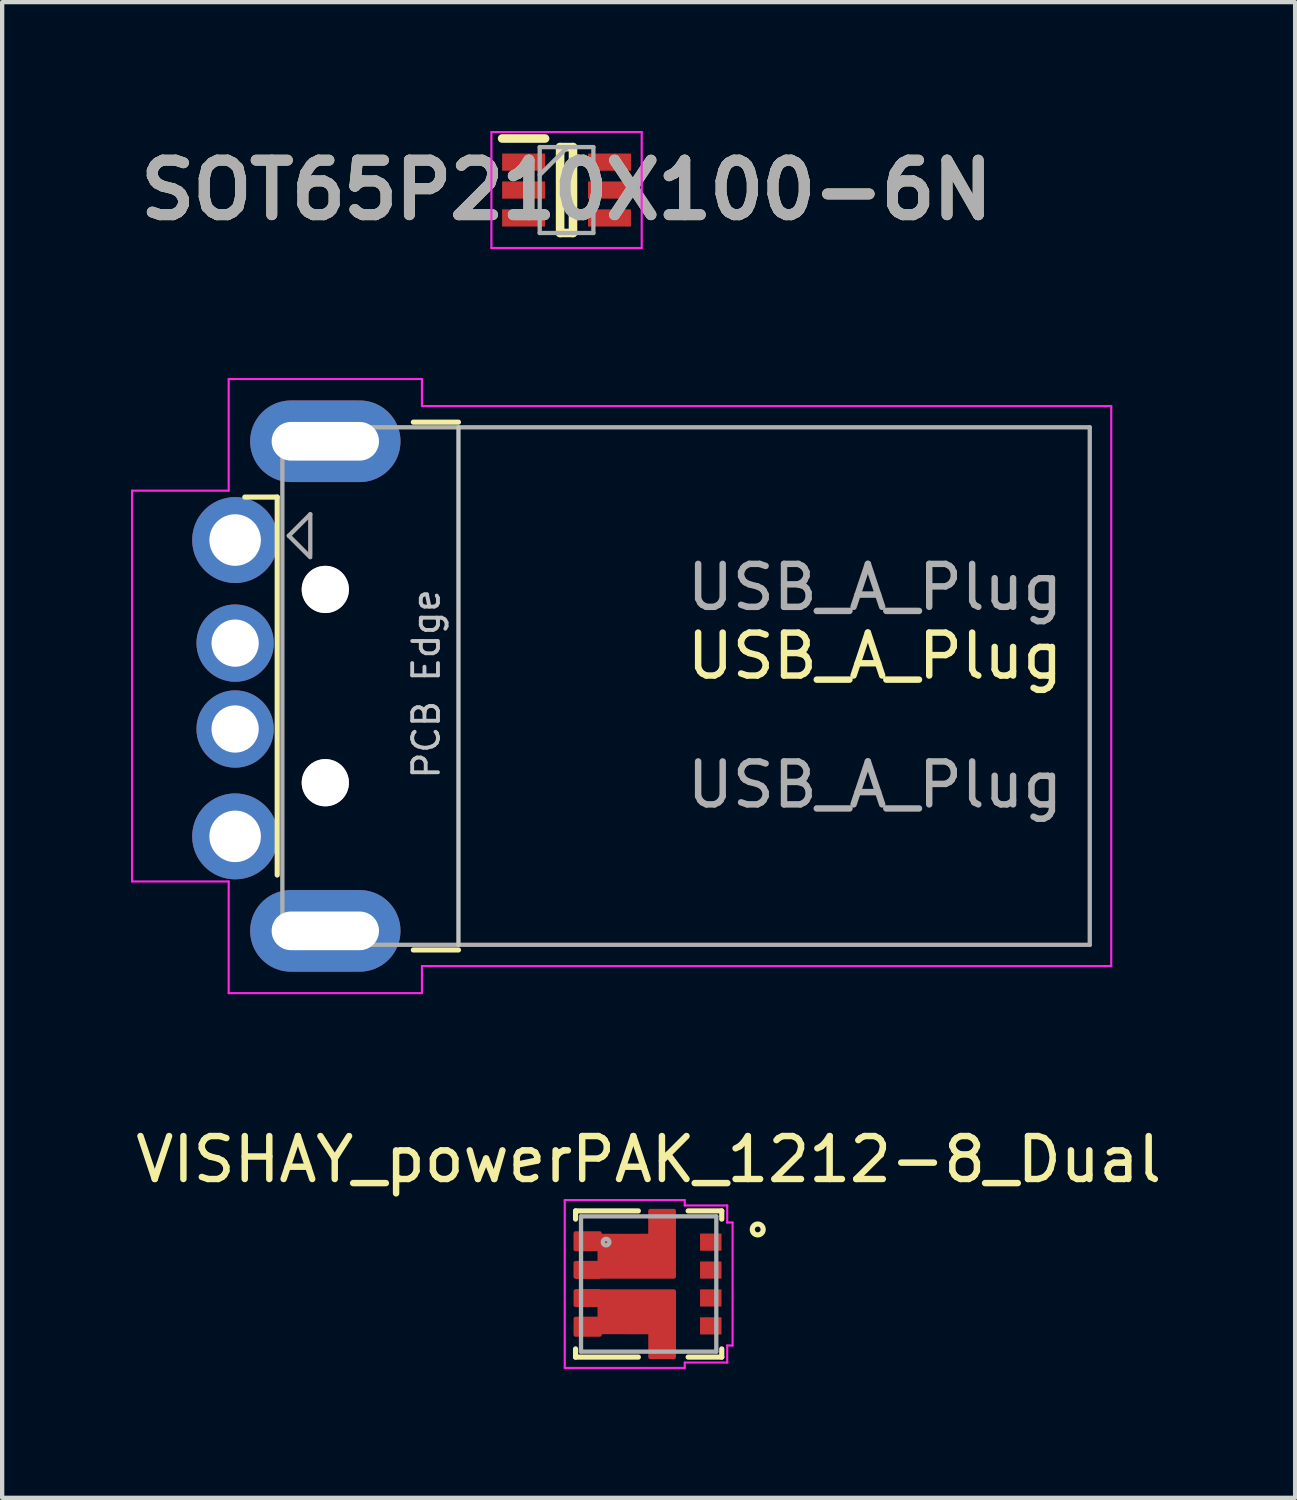
<source format=kicad_pcb>
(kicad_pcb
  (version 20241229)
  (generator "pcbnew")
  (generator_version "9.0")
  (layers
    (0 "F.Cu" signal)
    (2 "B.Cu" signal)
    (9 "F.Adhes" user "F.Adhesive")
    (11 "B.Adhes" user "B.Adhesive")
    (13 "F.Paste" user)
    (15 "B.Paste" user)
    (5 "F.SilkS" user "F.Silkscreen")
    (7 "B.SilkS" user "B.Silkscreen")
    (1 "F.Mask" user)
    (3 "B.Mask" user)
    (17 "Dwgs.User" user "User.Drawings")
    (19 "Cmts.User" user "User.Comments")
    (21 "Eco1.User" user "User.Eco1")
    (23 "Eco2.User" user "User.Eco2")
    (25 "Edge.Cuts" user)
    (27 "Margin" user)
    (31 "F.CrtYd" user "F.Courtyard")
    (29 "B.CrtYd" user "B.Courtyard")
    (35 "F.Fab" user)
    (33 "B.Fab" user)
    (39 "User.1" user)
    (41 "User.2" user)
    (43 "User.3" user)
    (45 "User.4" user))
  (footprint "USB_A_Plug"
    (layer "F.Cu")
    (at 4.725 12.925)
    (property "Reference" "USB_A_Plug" (at 12.6 -0.7 0) (unlocked yes) (layer "F.SilkS") (effects (font (size 1 1) (thickness 0.15))))
    (attr through_hole)
    (fp_line (start -1.32 -4.4) (end -2.075 -4.4) (stroke (width 0.12) (type solid)) (layer "F.SilkS"))
    (fp_line (start -1.32 -4.4) (end -1.32 4.4) (stroke (width 0.12) (type solid)) (layer "F.SilkS"))
    (fp_line (start 1.85 -6.145) (end 2.9 -6.145) (stroke (width 0.12) (type solid)) (layer "F.SilkS"))
    (fp_line (start 1.85 6.145) (end 2.9 6.145) (stroke (width 0.12) (type solid)) (layer "F.SilkS"))
    (fp_line (start 2.9 6.025) (end 2.9 -6.025) (stroke (width 0.1) (type solid)) (layer "Dwgs.User"))
    (fp_line (start -4.7 -4.55) (end -2.45 -4.55) (stroke (width 0.05) (type solid)) (layer "F.CrtYd"))
    (fp_line (start -4.7 4.55) (end -4.7 -4.55) (stroke (width 0.05) (type solid)) (layer "F.CrtYd"))
    (fp_line (start -4.7 4.55) (end -2.45 4.55) (stroke (width 0.05) (type solid)) (layer "F.CrtYd"))
    (fp_line (start -2.45 -7.15) (end -2.45 -4.55) (stroke (width 0.05) (type solid)) (layer "F.CrtYd"))
    (fp_line (start -2.45 -7.15) (end 2.05 -7.15) (stroke (width 0.05) (type solid)) (layer "F.CrtYd"))
    (fp_line (start -2.45 4.55) (end -2.45 7.15) (stroke (width 0.05) (type solid)) (layer "F.CrtYd"))
    (fp_line (start -2.45 7.15) (end 2.05 7.15) (stroke (width 0.05) (type solid)) (layer "F.CrtYd"))
    (fp_line (start 2.05 -6.52) (end 2.05 -7.15) (stroke (width 0.05) (type solid)) (layer "F.CrtYd"))
    (fp_line (start 2.05 -6.52) (end 18.1 -6.52) (stroke (width 0.05) (type solid)) (layer "F.CrtYd"))
    (fp_line (start 2.05 6.52) (end 18.1 6.52) (stroke (width 0.05) (type solid)) (layer "F.CrtYd"))
    (fp_line (start 2.05 7.15) (end 2.05 6.52) (stroke (width 0.05) (type solid)) (layer "F.CrtYd"))
    (fp_line (start 18.1 6.52) (end 18.1 -6.52) (stroke (width 0.05) (type solid)) (layer "F.CrtYd"))
    (fp_line (start -1.2 -6.025) (end 17.6 -6.025) (stroke (width 0.1) (type solid)) (layer "F.Fab"))
    (fp_line (start -1.2 6.025) (end -1.2 -6.025) (stroke (width 0.1) (type solid)) (layer "F.Fab"))
    (fp_line (start -1.2 6.025) (end 17.6 6.025) (stroke (width 0.1) (type solid)) (layer "F.Fab"))
    (fp_line (start -1.05 -3.5) (end -0.55 -4) (stroke (width 0.1) (type solid)) (layer "F.Fab"))
    (fp_line (start -1.05 -3.5) (end -0.55 -3) (stroke (width 0.1) (type solid)) (layer "F.Fab"))
    (fp_line (start -0.55 -4) (end -0.55 -3.05) (stroke (width 0.1) (type solid)) (layer "F.Fab"))
    (fp_line (start 17.6 6.025) (end 17.6 -6.025) (stroke (width 0.1) (type solid)) (layer "F.Fab"))
    (fp_circle (center -0.2 -2.25) (end 0.3 -2.25) (stroke (width 0.1) (type solid)) (fill no) (layer "F.Fab"))
    (fp_circle (center -0.2 2.25) (end 0.3 2.25) (stroke (width 0.1) (type solid)) (fill no) (layer "F.Fab"))
    (fp_text user "PCB Edge" (at 2.15 -0.05 90) (layer "Dwgs.User") (effects (font (size 0.6 0.6) (thickness 0.09))))
    (fp_text user "${REFERENCE}" (at 12.6 2.3 0) (unlocked yes) (layer "F.Fab") (effects (font (size 1 1) (thickness 0.15))))
    (fp_text user "${REFERENCE}" (at 12.6 -2.3 0) (layer "F.Fab") (effects (font (size 1 1) (thickness 0.15))))
    (pad "" np_thru_hole circle (at -0.2 -2.25) (size 1.1 1.1) (drill 1.1) (layers "*.Cu" "*.Mask"))
    (pad "" np_thru_hole circle (at -0.2 2.25) (size 1.1 1.1) (drill 1.1) (layers "*.Cu" "*.Mask"))
    (pad "1" thru_hole circle (at -2.3 -3.4) (size 2 2) (drill 1.2) (layers "*.Cu" "*.Mask"))
    (pad "2" thru_hole circle (at -2.3 -1) (size 1.8 1.8) (drill 1.1) (layers "*.Cu" "*.Mask"))
    (pad "3" thru_hole circle (at -2.3 1) (size 1.8 1.8) (drill 1.1) (layers "*.Cu" "*.Mask"))
    (pad "4" thru_hole circle (at -2.3 3.5) (size 2 2) (drill 1.2) (layers "*.Cu" "*.Mask"))
    (pad "5" thru_hole oval (at -0.2 -5.7) (size 3.5 1.9) (drill oval 2.5 0.9) (layers "*.Cu" "*.Mask"))
    (pad "5" thru_hole oval (at -0.2 5.7) (size 3.5 1.9) (drill oval 2.5 0.9) (layers "*.Cu" "*.Mask")))
  (footprint "SOT65P210X100-6N"
    (layer "F.Cu")
    (at 10.142 1.375)
    (property "Reference" "SOT65P210X100-6N" (at 0 0 0) (layer "F.SilkS") (effects (font (size 1.27 1.27) (thickness 0.254))))
    (attr smd)
    (fp_line (start -1.5 -1.2) (end -0.5 -1.2) (stroke (width 0.2) (type solid)) (layer "F.SilkS"))
    (fp_line (start -0.15 -1) (end 0.15 -1) (stroke (width 0.2) (type solid)) (layer "F.SilkS"))
    (fp_line (start -0.15 1) (end -0.15 -1) (stroke (width 0.2) (type solid)) (layer "F.SilkS"))
    (fp_line (start 0.15 -1) (end 0.15 1) (stroke (width 0.2) (type solid)) (layer "F.SilkS"))
    (fp_line (start 0.15 1) (end -0.15 1) (stroke (width 0.2) (type solid)) (layer "F.SilkS"))
    (fp_line (start -1.75 -1.35) (end 1.75 -1.35) (stroke (width 0.05) (type solid)) (layer "F.CrtYd"))
    (fp_line (start -1.75 1.35) (end -1.75 -1.35) (stroke (width 0.05) (type solid)) (layer "F.CrtYd"))
    (fp_line (start 1.75 -1.35) (end 1.75 1.35) (stroke (width 0.05) (type solid)) (layer "F.CrtYd"))
    (fp_line (start 1.75 1.35) (end -1.75 1.35) (stroke (width 0.05) (type solid)) (layer "F.CrtYd"))
    (fp_line (start -0.625 -1) (end 0.625 -1) (stroke (width 0.1) (type solid)) (layer "F.Fab"))
    (fp_line (start -0.625 -0.35) (end 0.025 -1) (stroke (width 0.1) (type solid)) (layer "F.Fab"))
    (fp_line (start -0.625 1) (end -0.625 -1) (stroke (width 0.1) (type solid)) (layer "F.Fab"))
    (fp_line (start 0.625 -1) (end 0.625 1) (stroke (width 0.1) (type solid)) (layer "F.Fab"))
    (fp_line (start 0.625 1) (end -0.625 1) (stroke (width 0.1) (type solid)) (layer "F.Fab"))
    (fp_text user "${REFERENCE}" (at 0 0 0) (layer "F.Fab") (effects (font (size 1.27 1.27) (thickness 0.254))))
    (pad "1" smd rect (at -1 -0.65 90) (size 0.4 1) (layers "F.Cu" "F.Mask" "F.Paste"))
    (pad "2" smd rect (at -1 0 90) (size 0.4 1) (layers "F.Cu" "F.Mask" "F.Paste"))
    (pad "3" smd rect (at -1 0.65 90) (size 0.4 1) (layers "F.Cu" "F.Mask" "F.Paste"))
    (pad "4" smd rect (at 1 0.65 90) (size 0.4 1) (layers "F.Cu" "F.Mask" "F.Paste"))
    (pad "5" smd rect (at 1 0 90) (size 0.4 1) (layers "F.Cu" "F.Mask" "F.Paste"))
    (pad "6" smd rect (at 1 -0.65 90) (size 0.4 1) (layers "F.Cu" "F.Mask" "F.Paste")))
  (footprint "VISHAY_powerPAK_1212-8_Dual"
    (layer "F.Cu")
    (at 12.054 26.848)
    (property "Reference" "VISHAY_powerPAK_1212-8_Dual" (at 0 -2.9 0) (layer "F.SilkS") (effects (font (size 1 1) (thickness 0.15))))
    (attr smd)
    (fp_poly (pts (xy -1.7 -0.812) (xy -1.7 -1.178) (xy -1.141 -1.178) (xy -1.141 -1.119) (xy 0.04 -1.12) (xy 0.04 -1.7) (xy 0.586 -1.7) (xy 0.586 -1.119) (xy 0.586 -0.174) (xy -1.141 -0.174) (xy -1.141 -0.172) (xy -1.7 -0.172) (xy -1.7 -0.488) (xy -1.141 -0.488) (xy -1.141 -0.812)) (stroke (width 0.1) (type solid)) (fill yes) (layer "F.Cu"))
    (fp_poly (pts (xy -1.699 0.811) (xy -1.699 1.178) (xy -1.14 1.178) (xy -1.14 1.119) (xy 0.041 1.12) (xy 0.041 1.699) (xy 0.587 1.699) (xy 0.587 1.119) (xy 0.587 0.174) (xy -1.14 0.174) (xy -1.14 0.171) (xy -1.699 0.171) (xy -1.699 0.488) (xy -1.14 0.488) (xy -1.14 0.811)) (stroke (width 0.1) (type solid)) (fill yes) (layer "F.Cu"))
    (fp_poly (pts (xy -1.7 -1.178) (xy -1.141 -1.178) (xy -1.141 -1.119) (xy 0.04 -1.12) (xy 0.04 -1.7) (xy 0.586 -1.7) (xy 0.586 -0.174) (xy -1.141 -0.174) (xy -1.141 -0.172) (xy -1.7 -0.172) (xy -1.7 -0.488) (xy -1.141 -0.488) (xy -1.141 -0.812) (xy -1.7 -0.812)) (stroke (width 0.1) (type solid)) (fill yes) (layer "F.Mask"))
    (fp_poly (pts (xy 0.586 0.174) (xy 0.586 1.7) (xy 0.04 1.7) (xy 0.04 1.119) (xy -1.141 1.119) (xy -1.141 1.178) (xy -1.7 1.178) (xy -1.7 0.812) (xy -1.141 0.812) (xy -1.141 0.488) (xy -1.7 0.488) (xy -1.7 0.172) (xy -1.141 0.172) (xy -1.141 0.174)) (stroke (width 0.1) (type solid)) (fill yes) (layer "F.Mask"))
    (fp_line (start -1.702 -1.702) (end -1.702 -1.511) (stroke (width 0.12) (type solid)) (layer "F.SilkS"))
    (fp_line (start -1.702 1.511) (end -1.702 1.702) (stroke (width 0.12) (type solid)) (layer "F.SilkS"))
    (fp_line (start -1.702 1.702) (end -0.24 1.702) (stroke (width 0.12) (type solid)) (layer "F.SilkS"))
    (fp_line (start -0.24 -1.702) (end -1.702 -1.702) (stroke (width 0.12) (type solid)) (layer "F.SilkS"))
    (fp_line (start 0.919 1.702) (end 1.702 1.702) (stroke (width 0.12) (type solid)) (layer "F.SilkS"))
    (fp_line (start 1.702 -1.702) (end 0.919 -1.702) (stroke (width 0.12) (type solid)) (layer "F.SilkS"))
    (fp_line (start 1.702 -1.511) (end 1.702 -1.702) (stroke (width 0.12) (type solid)) (layer "F.SilkS"))
    (fp_line (start 1.702 1.702) (end 1.702 1.511) (stroke (width 0.12) (type solid)) (layer "F.SilkS"))
    (fp_circle (center 2.54 -1.27) (end 2.667 -1.27) (stroke (width 0.12) (type solid)) (fill no) (layer "F.SilkS"))
    (fp_poly (pts (xy -1.7 -0.172) (xy -1.7 -0.488) (xy -1.141 -0.488) (xy -1.141 -0.812) (xy -1.7 -0.812) (xy -1.7 -1.178) (xy -1.141 -1.178) (xy -1.141 -1.119) (xy 0.04 -1.12) (xy 0.04 -1.7) (xy 0.586 -1.7) (xy 0.586 -1.119) (xy 0.586 -0.174) (xy -1.141 -0.174) (xy -1.141 -0.172)) (stroke (width 0.1) (type solid)) (fill yes) (layer "F.Paste"))
    (fp_poly (pts (xy -1.7 1.178) (xy -1.7 0.812) (xy -1.141 0.812) (xy -1.141 0.488) (xy -1.7 0.488) (xy -1.7 0.172) (xy -1.141 0.172) (xy -1.141 0.174) (xy 0.586 0.174) (xy 0.586 1.119) (xy 0.586 1.7) (xy 0.04 1.7) (xy 0.04 1.119) (xy -1.141 1.119) (xy -1.141 1.178)) (stroke (width 0.1) (type solid)) (fill yes) (layer "F.Paste"))
    (fp_line (start -1.954 -1.954) (end -1.954 1.954) (stroke (width 0.05) (type solid)) (layer "F.CrtYd"))
    (fp_line (start -1.954 1.954) (end 0.84 1.954) (stroke (width 0.05) (type solid)) (layer "F.CrtYd"))
    (fp_line (start 0.84 -1.954) (end -1.954 -1.954) (stroke (width 0.05) (type solid)) (layer "F.CrtYd"))
    (fp_line (start 0.84 -1.829) (end 0.84 -1.954) (stroke (width 0.05) (type solid)) (layer "F.CrtYd"))
    (fp_line (start 0.84 1.829) (end 1.829 1.829) (stroke (width 0.05) (type solid)) (layer "F.CrtYd"))
    (fp_line (start 0.84 1.954) (end 0.84 1.829) (stroke (width 0.05) (type solid)) (layer "F.CrtYd"))
    (fp_line (start 1.829 -1.829) (end 0.84 -1.829) (stroke (width 0.05) (type solid)) (layer "F.CrtYd"))
    (fp_line (start 1.829 -1.432) (end 1.829 -1.829) (stroke (width 0.05) (type solid)) (layer "F.CrtYd"))
    (fp_line (start 1.829 1.432) (end 1.954 1.432) (stroke (width 0.05) (type solid)) (layer "F.CrtYd"))
    (fp_line (start 1.829 1.829) (end 1.829 1.432) (stroke (width 0.05) (type solid)) (layer "F.CrtYd"))
    (fp_line (start 1.954 -1.432) (end 1.829 -1.432) (stroke (width 0.05) (type solid)) (layer "F.CrtYd"))
    (fp_line (start 1.954 1.432) (end 1.954 -1.432) (stroke (width 0.05) (type solid)) (layer "F.CrtYd"))
    (fp_line (start -1.575 -1.575) (end -1.575 1.575) (stroke (width 0.1) (type solid)) (layer "F.Fab"))
    (fp_line (start -1.575 1.575) (end 1.575 1.575) (stroke (width 0.1) (type solid)) (layer "F.Fab"))
    (fp_line (start 1.575 -1.575) (end -1.575 -1.575) (stroke (width 0.1) (type solid)) (layer "F.Fab"))
    (fp_line (start 1.575 1.575) (end 1.575 -1.575) (stroke (width 0.1) (type solid)) (layer "F.Fab"))
    (fp_circle (center -0.991 -0.975) (end -0.914 -0.975) (stroke (width 0.1) (type solid)) (fill no) (layer "F.Fab"))
    (pad "1" smd rect (at 1.446 -0.975) (size 0.5 0.4) (layers "F.Cu" "F.Mask" "F.Paste"))
    (pad "2" smd rect (at 1.446 -0.325) (size 0.5 0.4) (layers "F.Cu" "F.Mask" "F.Paste"))
    (pad "3" smd rect (at 1.446 0.325) (size 0.5 0.4) (layers "F.Cu" "F.Mask" "F.Paste"))
    (pad "4" smd rect (at 1.446 0.975) (size 0.5 0.4) (layers "F.Cu" "F.Mask" "F.Paste"))
    (pad "5" smd rect (at -1.42 0.975) (size 0.559 0.406) (layers "F.Cu" "F.Mask" "F.Paste"))
    (pad "6" smd rect (at -1.42 0.325) (size 0.559 0.406) (layers "F.Cu" "F.Mask" "F.Paste"))
    (pad "7" smd rect (at -1.42 -0.325) (size 0.559 0.406) (layers "F.Cu" "F.Mask" "F.Paste"))
    (pad "8" smd rect (at -1.42 -0.975) (size 0.559 0.406) (layers "F.Cu" "F.Mask" "F.Paste")))
  (gr_rect
    (start -3 -3)
    (end 27.107 31.827)
    (stroke (width 0.1) (type default))
    (fill no)
    (layer "Edge.Cuts")))
</source>
